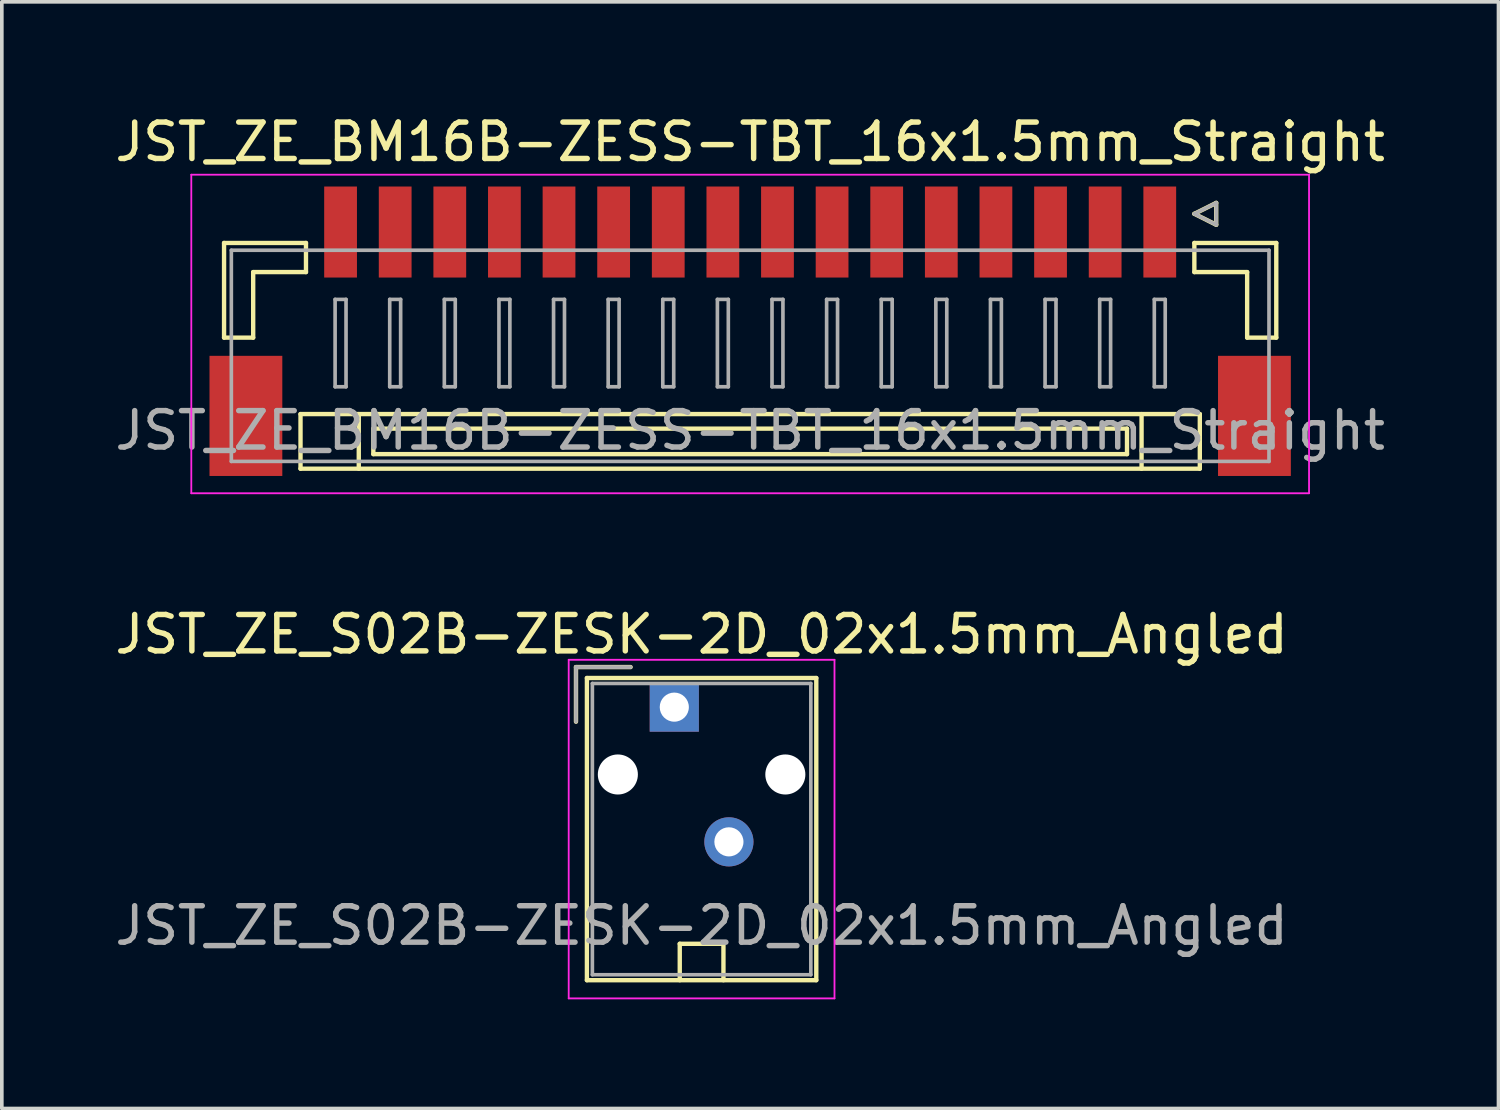
<source format=kicad_pcb>
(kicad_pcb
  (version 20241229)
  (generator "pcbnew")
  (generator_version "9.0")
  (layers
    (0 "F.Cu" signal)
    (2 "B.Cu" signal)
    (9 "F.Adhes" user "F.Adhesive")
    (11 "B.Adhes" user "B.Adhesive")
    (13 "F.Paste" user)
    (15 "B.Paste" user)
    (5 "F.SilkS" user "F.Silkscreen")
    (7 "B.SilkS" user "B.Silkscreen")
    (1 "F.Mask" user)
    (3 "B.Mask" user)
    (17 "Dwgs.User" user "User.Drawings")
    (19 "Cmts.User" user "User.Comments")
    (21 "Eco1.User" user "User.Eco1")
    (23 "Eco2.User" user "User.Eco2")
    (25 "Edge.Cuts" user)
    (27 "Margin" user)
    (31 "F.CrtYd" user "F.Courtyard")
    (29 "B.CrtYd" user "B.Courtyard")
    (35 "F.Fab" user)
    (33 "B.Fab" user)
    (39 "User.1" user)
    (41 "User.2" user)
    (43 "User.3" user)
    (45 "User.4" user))
  (footprint "JST_ZE_S02B-ZESK-2D_02x1.5mm_Angled"
    (layer "F.Cu")
    (at 15.47 16.372)
    (property "Reference" "JST_ZE_S02B-ZESK-2D_02x1.5mm_Angled" (at 0.75 -2 0) (layer "F.SilkS") (effects (font (size 1 1) (thickness 0.15))))
    (attr through_hole)
    (fp_line (start -2.7 -1.1) (end -1.2 -1.1) (stroke (width 0.12) (type solid)) (layer "F.SilkS"))
    (fp_line (start -2.7 0.4) (end -2.7 -1.1) (stroke (width 0.12) (type solid)) (layer "F.SilkS"))
    (fp_line (start -2.4 -0.8) (end -2.4 7.5) (stroke (width 0.12) (type solid)) (layer "F.SilkS"))
    (fp_line (start -2.4 7.5) (end 3.9 7.5) (stroke (width 0.12) (type solid)) (layer "F.SilkS"))
    (fp_line (start 0.15 6.5) (end 1.35 6.5) (stroke (width 0.12) (type solid)) (layer "F.SilkS"))
    (fp_line (start 0.15 7.5) (end 0.15 6.5) (stroke (width 0.12) (type solid)) (layer "F.SilkS"))
    (fp_line (start 1.35 6.5) (end 1.35 7.5) (stroke (width 0.12) (type solid)) (layer "F.SilkS"))
    (fp_line (start 3.9 -0.8) (end -2.4 -0.8) (stroke (width 0.12) (type solid)) (layer "F.SilkS"))
    (fp_line (start 3.9 7.5) (end 3.9 -0.8) (stroke (width 0.12) (type solid)) (layer "F.SilkS"))
    (fp_line (start -2.9 -1.3) (end -2.9 8) (stroke (width 0.05) (type solid)) (layer "F.CrtYd"))
    (fp_line (start -2.9 8) (end 4.4 8) (stroke (width 0.05) (type solid)) (layer "F.CrtYd"))
    (fp_line (start 4.4 -1.3) (end -2.9 -1.3) (stroke (width 0.05) (type solid)) (layer "F.CrtYd"))
    (fp_line (start 4.4 8) (end 4.4 -1.3) (stroke (width 0.05) (type solid)) (layer "F.CrtYd"))
    (fp_line (start -2.7 -1.1) (end -1.2 -1.1) (stroke (width 0.1) (type solid)) (layer "F.Fab"))
    (fp_line (start -2.7 0.4) (end -2.7 -1.1) (stroke (width 0.1) (type solid)) (layer "F.Fab"))
    (fp_line (start -2.25 -0.65) (end -2.25 7.35) (stroke (width 0.1) (type solid)) (layer "F.Fab"))
    (fp_line (start -2.25 7.35) (end 3.75 7.35) (stroke (width 0.1) (type solid)) (layer "F.Fab"))
    (fp_line (start 3.75 -0.65) (end -2.25 -0.65) (stroke (width 0.1) (type solid)) (layer "F.Fab"))
    (fp_line (start 3.75 7.35) (end 3.75 -0.65) (stroke (width 0.1) (type solid)) (layer "F.Fab"))
    (fp_text user "${REFERENCE}" (at 0.75 6 0) (layer "F.Fab") (effects (font (size 1 1) (thickness 0.15))))
    (pad "" np_thru_hole circle (at -1.55 1.85) (size 1.1 1.1) (drill 1.1) (layers "*.Cu"))
    (pad "" np_thru_hole circle (at 3.05 1.85) (size 1.1 1.1) (drill 1.1) (layers "*.Cu"))
    (pad "1" thru_hole rect (at 0 0) (size 1.35 1.35) (drill 0.8) (layers "*.Cu" "*.Mask"))
    (pad "2" thru_hole circle (at 1.5 3.7) (size 1.35 1.35) (drill 0.8) (layers "*.Cu" "*.Mask")))
  (footprint "JST_ZE_BM16B-ZESS-TBT_16x1.5mm_Straight"
    (layer "F.Cu")
    (at 17.554 5.848)
    (property "Reference" "JST_ZE_BM16B-ZESS-TBT_16x1.5mm_Straight" (at 0 -5 0) (layer "F.SilkS") (effects (font (size 1 1) (thickness 0.15))))
    (attr smd)
    (fp_line (start -14.45 -2.225) (end -14.45 0.375) (stroke (width 0.12) (type solid)) (layer "F.SilkS"))
    (fp_line (start -14.45 0.375) (end -13.65 0.375) (stroke (width 0.12) (type solid)) (layer "F.SilkS"))
    (fp_line (start -13.65 -1.425) (end -12.2 -1.425) (stroke (width 0.12) (type solid)) (layer "F.SilkS"))
    (fp_line (start -13.65 0.375) (end -13.65 -1.425) (stroke (width 0.12) (type solid)) (layer "F.SilkS"))
    (fp_line (start -12.35 2.475) (end -12.35 3.975) (stroke (width 0.12) (type solid)) (layer "F.SilkS"))
    (fp_line (start -12.35 3.975) (end 12.35 3.975) (stroke (width 0.12) (type solid)) (layer "F.SilkS"))
    (fp_line (start -12.2 -2.225) (end -14.45 -2.225) (stroke (width 0.12) (type solid)) (layer "F.SilkS"))
    (fp_line (start -12.2 -1.425) (end -12.2 -2.225) (stroke (width 0.12) (type solid)) (layer "F.SilkS"))
    (fp_line (start -10.75 2.475) (end -10.75 3.975) (stroke (width 0.12) (type solid)) (layer "F.SilkS"))
    (fp_line (start -10.35 2.875) (end -10.35 3.575) (stroke (width 0.12) (type solid)) (layer "F.SilkS"))
    (fp_line (start -10.35 3.575) (end 10.35 3.575) (stroke (width 0.12) (type solid)) (layer "F.SilkS"))
    (fp_line (start 10.35 2.875) (end -10.35 2.875) (stroke (width 0.12) (type solid)) (layer "F.SilkS"))
    (fp_line (start 10.35 3.575) (end 10.35 2.875) (stroke (width 0.12) (type solid)) (layer "F.SilkS"))
    (fp_line (start 10.75 2.475) (end 10.75 3.975) (stroke (width 0.12) (type solid)) (layer "F.SilkS"))
    (fp_line (start 12.2 -3.025) (end 12.8 -3.325) (stroke (width 0.12) (type solid)) (layer "F.SilkS"))
    (fp_line (start 12.2 -2.225) (end 14.45 -2.225) (stroke (width 0.12) (type solid)) (layer "F.SilkS"))
    (fp_line (start 12.2 -1.425) (end 12.2 -2.225) (stroke (width 0.12) (type solid)) (layer "F.SilkS"))
    (fp_line (start 12.35 2.475) (end -12.35 2.475) (stroke (width 0.12) (type solid)) (layer "F.SilkS"))
    (fp_line (start 12.35 3.975) (end 12.35 2.475) (stroke (width 0.12) (type solid)) (layer "F.SilkS"))
    (fp_line (start 12.8 -3.325) (end 12.8 -2.725) (stroke (width 0.12) (type solid)) (layer "F.SilkS"))
    (fp_line (start 12.8 -2.725) (end 12.2 -3.025) (stroke (width 0.12) (type solid)) (layer "F.SilkS"))
    (fp_line (start 13.65 -1.425) (end 12.2 -1.425) (stroke (width 0.12) (type solid)) (layer "F.SilkS"))
    (fp_line (start 13.65 0.375) (end 13.65 -1.425) (stroke (width 0.12) (type solid)) (layer "F.SilkS"))
    (fp_line (start 14.45 -2.225) (end 14.45 0.375) (stroke (width 0.12) (type solid)) (layer "F.SilkS"))
    (fp_line (start 14.45 0.375) (end 13.65 0.375) (stroke (width 0.12) (type solid)) (layer "F.SilkS"))
    (fp_line (start -15.35 -4.1) (end -15.35 4.65) (stroke (width 0.05) (type solid)) (layer "F.CrtYd"))
    (fp_line (start -15.35 4.65) (end 15.35 4.65) (stroke (width 0.05) (type solid)) (layer "F.CrtYd"))
    (fp_line (start 15.35 -4.1) (end -15.35 -4.1) (stroke (width 0.05) (type solid)) (layer "F.CrtYd"))
    (fp_line (start 15.35 4.65) (end 15.35 -4.1) (stroke (width 0.05) (type solid)) (layer "F.CrtYd"))
    (fp_line (start -14.25 -2.025) (end -14.25 3.775) (stroke (width 0.1) (type solid)) (layer "F.Fab"))
    (fp_line (start -14.25 3.775) (end 14.25 3.775) (stroke (width 0.1) (type solid)) (layer "F.Fab"))
    (fp_line (start -11.4 -0.675) (end -11.4 1.725) (stroke (width 0.1) (type solid)) (layer "F.Fab"))
    (fp_line (start -11.4 1.725) (end -11.1 1.725) (stroke (width 0.1) (type solid)) (layer "F.Fab"))
    (fp_line (start -11.1 -0.675) (end -11.4 -0.675) (stroke (width 0.1) (type solid)) (layer "F.Fab"))
    (fp_line (start -11.1 1.725) (end -11.1 -0.675) (stroke (width 0.1) (type solid)) (layer "F.Fab"))
    (fp_line (start -9.9 -0.675) (end -9.9 1.725) (stroke (width 0.1) (type solid)) (layer "F.Fab"))
    (fp_line (start -9.9 1.725) (end -9.6 1.725) (stroke (width 0.1) (type solid)) (layer "F.Fab"))
    (fp_line (start -9.6 -0.675) (end -9.9 -0.675) (stroke (width 0.1) (type solid)) (layer "F.Fab"))
    (fp_line (start -9.6 1.725) (end -9.6 -0.675) (stroke (width 0.1) (type solid)) (layer "F.Fab"))
    (fp_line (start -8.4 -0.675) (end -8.4 1.725) (stroke (width 0.1) (type solid)) (layer "F.Fab"))
    (fp_line (start -8.4 1.725) (end -8.1 1.725) (stroke (width 0.1) (type solid)) (layer "F.Fab"))
    (fp_line (start -8.1 -0.675) (end -8.4 -0.675) (stroke (width 0.1) (type solid)) (layer "F.Fab"))
    (fp_line (start -8.1 1.725) (end -8.1 -0.675) (stroke (width 0.1) (type solid)) (layer "F.Fab"))
    (fp_line (start -6.9 -0.675) (end -6.9 1.725) (stroke (width 0.1) (type solid)) (layer "F.Fab"))
    (fp_line (start -6.9 1.725) (end -6.6 1.725) (stroke (width 0.1) (type solid)) (layer "F.Fab"))
    (fp_line (start -6.6 -0.675) (end -6.9 -0.675) (stroke (width 0.1) (type solid)) (layer "F.Fab"))
    (fp_line (start -6.6 1.725) (end -6.6 -0.675) (stroke (width 0.1) (type solid)) (layer "F.Fab"))
    (fp_line (start -5.4 -0.675) (end -5.4 1.725) (stroke (width 0.1) (type solid)) (layer "F.Fab"))
    (fp_line (start -5.4 1.725) (end -5.1 1.725) (stroke (width 0.1) (type solid)) (layer "F.Fab"))
    (fp_line (start -5.1 -0.675) (end -5.4 -0.675) (stroke (width 0.1) (type solid)) (layer "F.Fab"))
    (fp_line (start -5.1 1.725) (end -5.1 -0.675) (stroke (width 0.1) (type solid)) (layer "F.Fab"))
    (fp_line (start -3.9 -0.675) (end -3.9 1.725) (stroke (width 0.1) (type solid)) (layer "F.Fab"))
    (fp_line (start -3.9 1.725) (end -3.6 1.725) (stroke (width 0.1) (type solid)) (layer "F.Fab"))
    (fp_line (start -3.6 -0.675) (end -3.9 -0.675) (stroke (width 0.1) (type solid)) (layer "F.Fab"))
    (fp_line (start -3.6 1.725) (end -3.6 -0.675) (stroke (width 0.1) (type solid)) (layer "F.Fab"))
    (fp_line (start -2.4 -0.675) (end -2.4 1.725) (stroke (width 0.1) (type solid)) (layer "F.Fab"))
    (fp_line (start -2.4 1.725) (end -2.1 1.725) (stroke (width 0.1) (type solid)) (layer "F.Fab"))
    (fp_line (start -2.1 -0.675) (end -2.4 -0.675) (stroke (width 0.1) (type solid)) (layer "F.Fab"))
    (fp_line (start -2.1 1.725) (end -2.1 -0.675) (stroke (width 0.1) (type solid)) (layer "F.Fab"))
    (fp_line (start -0.9 -0.675) (end -0.9 1.725) (stroke (width 0.1) (type solid)) (layer "F.Fab"))
    (fp_line (start -0.9 1.725) (end -0.6 1.725) (stroke (width 0.1) (type solid)) (layer "F.Fab"))
    (fp_line (start -0.6 -0.675) (end -0.9 -0.675) (stroke (width 0.1) (type solid)) (layer "F.Fab"))
    (fp_line (start -0.6 1.725) (end -0.6 -0.675) (stroke (width 0.1) (type solid)) (layer "F.Fab"))
    (fp_line (start 0.6 -0.675) (end 0.6 1.725) (stroke (width 0.1) (type solid)) (layer "F.Fab"))
    (fp_line (start 0.6 1.725) (end 0.9 1.725) (stroke (width 0.1) (type solid)) (layer "F.Fab"))
    (fp_line (start 0.9 -0.675) (end 0.6 -0.675) (stroke (width 0.1) (type solid)) (layer "F.Fab"))
    (fp_line (start 0.9 1.725) (end 0.9 -0.675) (stroke (width 0.1) (type solid)) (layer "F.Fab"))
    (fp_line (start 2.1 -0.675) (end 2.1 1.725) (stroke (width 0.1) (type solid)) (layer "F.Fab"))
    (fp_line (start 2.1 1.725) (end 2.4 1.725) (stroke (width 0.1) (type solid)) (layer "F.Fab"))
    (fp_line (start 2.4 -0.675) (end 2.1 -0.675) (stroke (width 0.1) (type solid)) (layer "F.Fab"))
    (fp_line (start 2.4 1.725) (end 2.4 -0.675) (stroke (width 0.1) (type solid)) (layer "F.Fab"))
    (fp_line (start 3.6 -0.675) (end 3.6 1.725) (stroke (width 0.1) (type solid)) (layer "F.Fab"))
    (fp_line (start 3.6 1.725) (end 3.9 1.725) (stroke (width 0.1) (type solid)) (layer "F.Fab"))
    (fp_line (start 3.9 -0.675) (end 3.6 -0.675) (stroke (width 0.1) (type solid)) (layer "F.Fab"))
    (fp_line (start 3.9 1.725) (end 3.9 -0.675) (stroke (width 0.1) (type solid)) (layer "F.Fab"))
    (fp_line (start 5.1 -0.675) (end 5.1 1.725) (stroke (width 0.1) (type solid)) (layer "F.Fab"))
    (fp_line (start 5.1 1.725) (end 5.4 1.725) (stroke (width 0.1) (type solid)) (layer "F.Fab"))
    (fp_line (start 5.4 -0.675) (end 5.1 -0.675) (stroke (width 0.1) (type solid)) (layer "F.Fab"))
    (fp_line (start 5.4 1.725) (end 5.4 -0.675) (stroke (width 0.1) (type solid)) (layer "F.Fab"))
    (fp_line (start 6.6 -0.675) (end 6.6 1.725) (stroke (width 0.1) (type solid)) (layer "F.Fab"))
    (fp_line (start 6.6 1.725) (end 6.9 1.725) (stroke (width 0.1) (type solid)) (layer "F.Fab"))
    (fp_line (start 6.9 -0.675) (end 6.6 -0.675) (stroke (width 0.1) (type solid)) (layer "F.Fab"))
    (fp_line (start 6.9 1.725) (end 6.9 -0.675) (stroke (width 0.1) (type solid)) (layer "F.Fab"))
    (fp_line (start 8.1 -0.675) (end 8.1 1.725) (stroke (width 0.1) (type solid)) (layer "F.Fab"))
    (fp_line (start 8.1 1.725) (end 8.4 1.725) (stroke (width 0.1) (type solid)) (layer "F.Fab"))
    (fp_line (start 8.4 -0.675) (end 8.1 -0.675) (stroke (width 0.1) (type solid)) (layer "F.Fab"))
    (fp_line (start 8.4 1.725) (end 8.4 -0.675) (stroke (width 0.1) (type solid)) (layer "F.Fab"))
    (fp_line (start 9.6 -0.675) (end 9.6 1.725) (stroke (width 0.1) (type solid)) (layer "F.Fab"))
    (fp_line (start 9.6 1.725) (end 9.9 1.725) (stroke (width 0.1) (type solid)) (layer "F.Fab"))
    (fp_line (start 9.9 -0.675) (end 9.6 -0.675) (stroke (width 0.1) (type solid)) (layer "F.Fab"))
    (fp_line (start 9.9 1.725) (end 9.9 -0.675) (stroke (width 0.1) (type solid)) (layer "F.Fab"))
    (fp_line (start 11.1 -0.675) (end 11.1 1.725) (stroke (width 0.1) (type solid)) (layer "F.Fab"))
    (fp_line (start 11.1 1.725) (end 11.4 1.725) (stroke (width 0.1) (type solid)) (layer "F.Fab"))
    (fp_line (start 11.4 -0.675) (end 11.1 -0.675) (stroke (width 0.1) (type solid)) (layer "F.Fab"))
    (fp_line (start 11.4 1.725) (end 11.4 -0.675) (stroke (width 0.1) (type solid)) (layer "F.Fab"))
    (fp_line (start 12.2 -3.025) (end 12.8 -3.325) (stroke (width 0.1) (type solid)) (layer "F.Fab"))
    (fp_line (start 12.8 -3.325) (end 12.8 -2.725) (stroke (width 0.1) (type solid)) (layer "F.Fab"))
    (fp_line (start 12.8 -2.725) (end 12.2 -3.025) (stroke (width 0.1) (type solid)) (layer "F.Fab"))
    (fp_line (start 14.25 -2.025) (end -14.25 -2.025) (stroke (width 0.1) (type solid)) (layer "F.Fab"))
    (fp_line (start 14.25 3.775) (end 14.25 -2.025) (stroke (width 0.1) (type solid)) (layer "F.Fab"))
    (fp_text user "${REFERENCE}" (at 0 2.925 0) (layer "F.Fab") (effects (font (size 1 1) (thickness 0.15))))
    (pad "" smd rect (at -13.85 2.525) (size 2 3.3) (layers "F.Cu" "F.Mask" "F.Paste"))
    (pad "" smd rect (at 13.85 2.525) (size 2 3.3) (layers "F.Cu" "F.Mask" "F.Paste"))
    (pad "1" smd rect (at 11.25 -2.525) (size 0.9 2.5) (layers "F.Cu" "F.Mask" "F.Paste"))
    (pad "2" smd rect (at 9.75 -2.525) (size 0.9 2.5) (layers "F.Cu" "F.Mask" "F.Paste"))
    (pad "3" smd rect (at 8.25 -2.525) (size 0.9 2.5) (layers "F.Cu" "F.Mask" "F.Paste"))
    (pad "4" smd rect (at 6.75 -2.525) (size 0.9 2.5) (layers "F.Cu" "F.Mask" "F.Paste"))
    (pad "5" smd rect (at 5.25 -2.525) (size 0.9 2.5) (layers "F.Cu" "F.Mask" "F.Paste"))
    (pad "6" smd rect (at 3.75 -2.525) (size 0.9 2.5) (layers "F.Cu" "F.Mask" "F.Paste"))
    (pad "7" smd rect (at 2.25 -2.525) (size 0.9 2.5) (layers "F.Cu" "F.Mask" "F.Paste"))
    (pad "8" smd rect (at 0.75 -2.525) (size 0.9 2.5) (layers "F.Cu" "F.Mask" "F.Paste"))
    (pad "9" smd rect (at -0.75 -2.525) (size 0.9 2.5) (layers "F.Cu" "F.Mask" "F.Paste"))
    (pad "10" smd rect (at -2.25 -2.525) (size 0.9 2.5) (layers "F.Cu" "F.Mask" "F.Paste"))
    (pad "11" smd rect (at -3.75 -2.525) (size 0.9 2.5) (layers "F.Cu" "F.Mask" "F.Paste"))
    (pad "12" smd rect (at -5.25 -2.525) (size 0.9 2.5) (layers "F.Cu" "F.Mask" "F.Paste"))
    (pad "13" smd rect (at -6.75 -2.525) (size 0.9 2.5) (layers "F.Cu" "F.Mask" "F.Paste"))
    (pad "14" smd rect (at -8.25 -2.525) (size 0.9 2.5) (layers "F.Cu" "F.Mask" "F.Paste"))
    (pad "15" smd rect (at -9.75 -2.525) (size 0.9 2.5) (layers "F.Cu" "F.Mask" "F.Paste"))
    (pad "16" smd rect (at -11.25 -2.525) (size 0.9 2.5) (layers "F.Cu" "F.Mask" "F.Paste")))
  (gr_rect
    (start -3 -3)
    (end 38.107 27.396)
    (stroke (width 0.1) (type default))
    (fill no)
    (layer "Edge.Cuts")))
</source>
